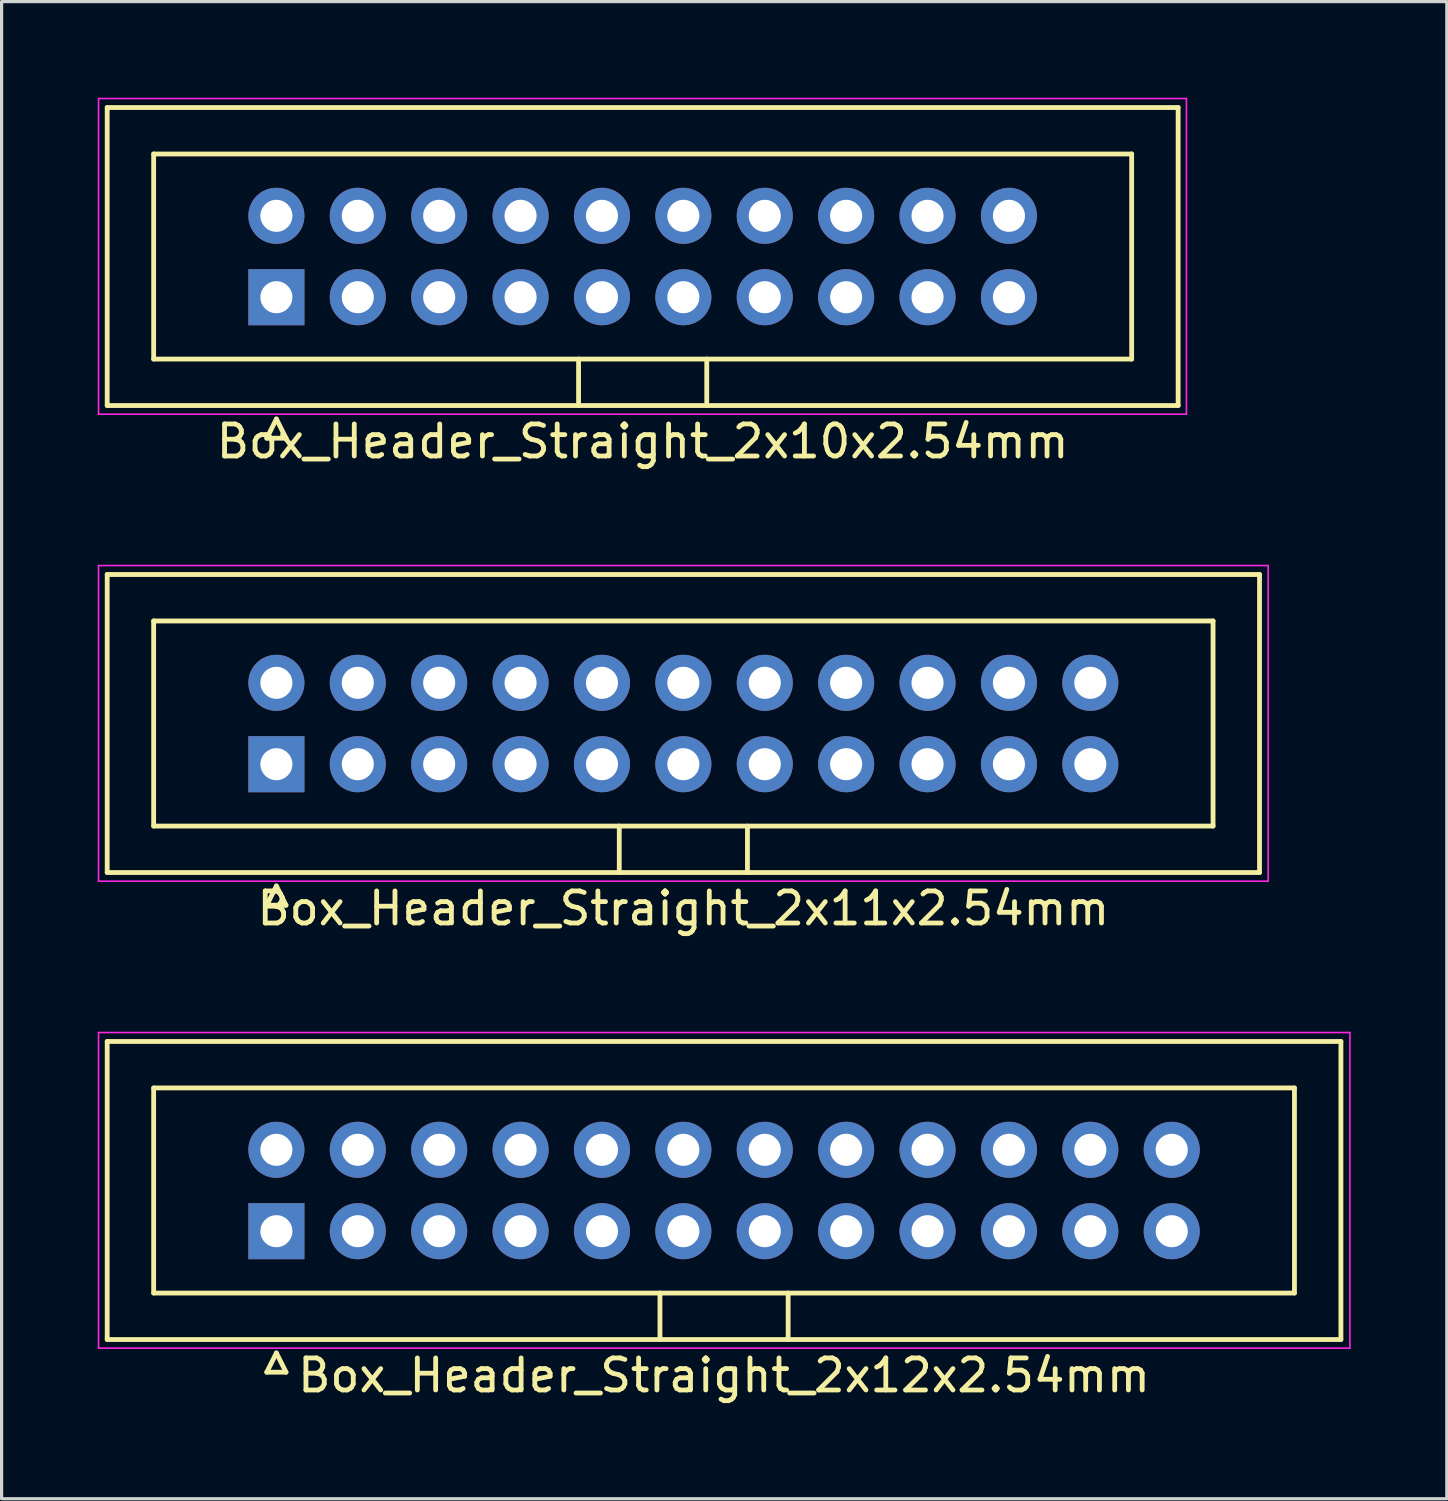
<source format=kicad_pcb>
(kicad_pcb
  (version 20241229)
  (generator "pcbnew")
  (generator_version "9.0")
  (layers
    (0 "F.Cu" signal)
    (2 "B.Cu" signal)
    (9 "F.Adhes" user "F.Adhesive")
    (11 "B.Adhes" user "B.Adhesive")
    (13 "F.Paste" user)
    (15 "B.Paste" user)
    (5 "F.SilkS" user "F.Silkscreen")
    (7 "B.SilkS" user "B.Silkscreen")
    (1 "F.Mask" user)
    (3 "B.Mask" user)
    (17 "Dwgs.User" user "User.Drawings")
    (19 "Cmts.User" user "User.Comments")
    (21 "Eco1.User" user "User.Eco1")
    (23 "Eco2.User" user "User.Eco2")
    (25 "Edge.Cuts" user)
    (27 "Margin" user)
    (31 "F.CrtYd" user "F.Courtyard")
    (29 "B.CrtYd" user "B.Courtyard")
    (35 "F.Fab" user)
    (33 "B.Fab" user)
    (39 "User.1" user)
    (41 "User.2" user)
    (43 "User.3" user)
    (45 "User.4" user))
  (footprint "Box_Header_Straight_2x11x2.54mm"
    (layer "F.Cu")
    (at 5.575 20.798)
    (property "Reference" "Box_Header_Straight_2x11x2.54mm" (at 12.7 4.5 0) (layer "F.SilkS") (effects (font (size 1 1) (thickness 0.15))))
    (attr through_hole)
    (fp_line (start -5.28 -5.92) (end -5.28 3.38) (stroke (width 0.15) (type solid)) (layer "F.SilkS"))
    (fp_line (start -5.28 3.38) (end 30.68 3.38) (stroke (width 0.15) (type solid)) (layer "F.SilkS"))
    (fp_line (start -3.83 -4.47) (end -3.83 1.93) (stroke (width 0.15) (type solid)) (layer "F.SilkS"))
    (fp_line (start -3.83 1.93) (end 29.23 1.93) (stroke (width 0.15) (type solid)) (layer "F.SilkS"))
    (fp_line (start -0.3 4.4) (end 0.3 4.4) (stroke (width 0.15) (type solid)) (layer "F.SilkS"))
    (fp_line (start 0 3.8) (end -0.3 4.4) (stroke (width 0.15) (type solid)) (layer "F.SilkS"))
    (fp_line (start 0.3 4.4) (end 0 3.8) (stroke (width 0.15) (type solid)) (layer "F.SilkS"))
    (fp_line (start 10.7 3.38) (end 10.7 1.93) (stroke (width 0.15) (type solid)) (layer "F.SilkS"))
    (fp_line (start 14.7 3.38) (end 14.7 1.93) (stroke (width 0.15) (type solid)) (layer "F.SilkS"))
    (fp_line (start 29.23 -4.47) (end -3.83 -4.47) (stroke (width 0.15) (type solid)) (layer "F.SilkS"))
    (fp_line (start 29.23 1.93) (end 29.23 -4.47) (stroke (width 0.15) (type solid)) (layer "F.SilkS"))
    (fp_line (start 30.68 -5.92) (end -5.28 -5.92) (stroke (width 0.15) (type solid)) (layer "F.SilkS"))
    (fp_line (start 30.68 3.38) (end 30.68 -5.92) (stroke (width 0.15) (type solid)) (layer "F.SilkS"))
    (fp_line (start -5.55 -6.2) (end -5.55 3.65) (stroke (width 0.05) (type solid)) (layer "F.CrtYd"))
    (fp_line (start -5.55 3.65) (end 30.95 3.65) (stroke (width 0.05) (type solid)) (layer "F.CrtYd"))
    (fp_line (start 30.95 -6.2) (end -5.55 -6.2) (stroke (width 0.05) (type solid)) (layer "F.CrtYd"))
    (fp_line (start 30.95 3.65) (end 30.95 -6.2) (stroke (width 0.05) (type solid)) (layer "F.CrtYd"))
    (pad "1" thru_hole rect (at 0 0) (size 1.75 1.75) (drill 1) (layers "*.Cu" "*.Mask"))
    (pad "2" thru_hole circle (at 0 -2.54) (size 1.75 1.75) (drill 1) (layers "*.Cu" "*.Mask"))
    (pad "3" thru_hole circle (at 2.54 0) (size 1.75 1.75) (drill 1) (layers "*.Cu" "*.Mask"))
    (pad "4" thru_hole circle (at 2.54 -2.54) (size 1.75 1.75) (drill 1) (layers "*.Cu" "*.Mask"))
    (pad "5" thru_hole circle (at 5.08 0) (size 1.75 1.75) (drill 1) (layers "*.Cu" "*.Mask"))
    (pad "6" thru_hole circle (at 5.08 -2.54) (size 1.75 1.75) (drill 1) (layers "*.Cu" "*.Mask"))
    (pad "7" thru_hole circle (at 7.62 0) (size 1.75 1.75) (drill 1) (layers "*.Cu" "*.Mask"))
    (pad "8" thru_hole circle (at 7.62 -2.54) (size 1.75 1.75) (drill 1) (layers "*.Cu" "*.Mask"))
    (pad "9" thru_hole circle (at 10.16 0) (size 1.75 1.75) (drill 1) (layers "*.Cu" "*.Mask"))
    (pad "10" thru_hole circle (at 10.16 -2.54) (size 1.75 1.75) (drill 1) (layers "*.Cu" "*.Mask"))
    (pad "11" thru_hole circle (at 12.7 0) (size 1.75 1.75) (drill 1) (layers "*.Cu" "*.Mask"))
    (pad "12" thru_hole circle (at 12.7 -2.54) (size 1.75 1.75) (drill 1) (layers "*.Cu" "*.Mask"))
    (pad "13" thru_hole circle (at 15.24 0) (size 1.75 1.75) (drill 1) (layers "*.Cu" "*.Mask"))
    (pad "14" thru_hole circle (at 15.24 -2.54) (size 1.75 1.75) (drill 1) (layers "*.Cu" "*.Mask"))
    (pad "15" thru_hole circle (at 17.78 0) (size 1.75 1.75) (drill 1) (layers "*.Cu" "*.Mask"))
    (pad "16" thru_hole circle (at 17.78 -2.54) (size 1.75 1.75) (drill 1) (layers "*.Cu" "*.Mask"))
    (pad "17" thru_hole circle (at 20.32 0) (size 1.75 1.75) (drill 1) (layers "*.Cu" "*.Mask"))
    (pad "18" thru_hole circle (at 20.32 -2.54) (size 1.75 1.75) (drill 1) (layers "*.Cu" "*.Mask"))
    (pad "19" thru_hole circle (at 22.86 0) (size 1.75 1.75) (drill 1) (layers "*.Cu" "*.Mask"))
    (pad "20" thru_hole circle (at 22.86 -2.54) (size 1.75 1.75) (drill 1) (layers "*.Cu" "*.Mask"))
    (pad "21" thru_hole circle (at 25.4 0) (size 1.75 1.75) (drill 1) (layers "*.Cu" "*.Mask"))
    (pad "22" thru_hole circle (at 25.4 -2.54) (size 1.75 1.75) (drill 1) (layers "*.Cu" "*.Mask")))
  (footprint "Box_Header_Straight_2x10x2.54mm"
    (layer "F.Cu")
    (at 5.575 6.225)
    (property "Reference" "Box_Header_Straight_2x10x2.54mm" (at 11.43 4.5 0) (layer "F.SilkS") (effects (font (size 1 1) (thickness 0.15))))
    (attr through_hole)
    (fp_line (start -5.28 -5.92) (end -5.28 3.38) (stroke (width 0.15) (type solid)) (layer "F.SilkS"))
    (fp_line (start -5.28 3.38) (end 28.14 3.38) (stroke (width 0.15) (type solid)) (layer "F.SilkS"))
    (fp_line (start -3.83 -4.47) (end -3.83 1.93) (stroke (width 0.15) (type solid)) (layer "F.SilkS"))
    (fp_line (start -3.83 1.93) (end 26.69 1.93) (stroke (width 0.15) (type solid)) (layer "F.SilkS"))
    (fp_line (start -0.3 4.4) (end 0.3 4.4) (stroke (width 0.15) (type solid)) (layer "F.SilkS"))
    (fp_line (start 0 3.8) (end -0.3 4.4) (stroke (width 0.15) (type solid)) (layer "F.SilkS"))
    (fp_line (start 0.3 4.4) (end 0 3.8) (stroke (width 0.15) (type solid)) (layer "F.SilkS"))
    (fp_line (start 9.43 3.38) (end 9.43 1.93) (stroke (width 0.15) (type solid)) (layer "F.SilkS"))
    (fp_line (start 13.43 3.38) (end 13.43 1.93) (stroke (width 0.15) (type solid)) (layer "F.SilkS"))
    (fp_line (start 26.69 -4.47) (end -3.83 -4.47) (stroke (width 0.15) (type solid)) (layer "F.SilkS"))
    (fp_line (start 26.69 1.93) (end 26.69 -4.47) (stroke (width 0.15) (type solid)) (layer "F.SilkS"))
    (fp_line (start 28.14 -5.92) (end -5.28 -5.92) (stroke (width 0.15) (type solid)) (layer "F.SilkS"))
    (fp_line (start 28.14 3.38) (end 28.14 -5.92) (stroke (width 0.15) (type solid)) (layer "F.SilkS"))
    (fp_line (start -5.55 -6.2) (end -5.55 3.65) (stroke (width 0.05) (type solid)) (layer "F.CrtYd"))
    (fp_line (start -5.55 3.65) (end 28.4 3.65) (stroke (width 0.05) (type solid)) (layer "F.CrtYd"))
    (fp_line (start 28.4 -6.2) (end -5.55 -6.2) (stroke (width 0.05) (type solid)) (layer "F.CrtYd"))
    (fp_line (start 28.4 3.65) (end 28.4 -6.2) (stroke (width 0.05) (type solid)) (layer "F.CrtYd"))
    (pad "1" thru_hole rect (at 0 0) (size 1.75 1.75) (drill 1) (layers "*.Cu" "*.Mask"))
    (pad "2" thru_hole circle (at 0 -2.54) (size 1.75 1.75) (drill 1) (layers "*.Cu" "*.Mask"))
    (pad "3" thru_hole circle (at 2.54 0) (size 1.75 1.75) (drill 1) (layers "*.Cu" "*.Mask"))
    (pad "4" thru_hole circle (at 2.54 -2.54) (size 1.75 1.75) (drill 1) (layers "*.Cu" "*.Mask"))
    (pad "5" thru_hole circle (at 5.08 0) (size 1.75 1.75) (drill 1) (layers "*.Cu" "*.Mask"))
    (pad "6" thru_hole circle (at 5.08 -2.54) (size 1.75 1.75) (drill 1) (layers "*.Cu" "*.Mask"))
    (pad "7" thru_hole circle (at 7.62 0) (size 1.75 1.75) (drill 1) (layers "*.Cu" "*.Mask"))
    (pad "8" thru_hole circle (at 7.62 -2.54) (size 1.75 1.75) (drill 1) (layers "*.Cu" "*.Mask"))
    (pad "9" thru_hole circle (at 10.16 0) (size 1.75 1.75) (drill 1) (layers "*.Cu" "*.Mask"))
    (pad "10" thru_hole circle (at 10.16 -2.54) (size 1.75 1.75) (drill 1) (layers "*.Cu" "*.Mask"))
    (pad "11" thru_hole circle (at 12.7 0) (size 1.75 1.75) (drill 1) (layers "*.Cu" "*.Mask"))
    (pad "12" thru_hole circle (at 12.7 -2.54) (size 1.75 1.75) (drill 1) (layers "*.Cu" "*.Mask"))
    (pad "13" thru_hole circle (at 15.24 0) (size 1.75 1.75) (drill 1) (layers "*.Cu" "*.Mask"))
    (pad "14" thru_hole circle (at 15.24 -2.54) (size 1.75 1.75) (drill 1) (layers "*.Cu" "*.Mask"))
    (pad "15" thru_hole circle (at 17.78 0) (size 1.75 1.75) (drill 1) (layers "*.Cu" "*.Mask"))
    (pad "16" thru_hole circle (at 17.78 -2.54) (size 1.75 1.75) (drill 1) (layers "*.Cu" "*.Mask"))
    (pad "17" thru_hole circle (at 20.32 0) (size 1.75 1.75) (drill 1) (layers "*.Cu" "*.Mask"))
    (pad "18" thru_hole circle (at 20.32 -2.54) (size 1.75 1.75) (drill 1) (layers "*.Cu" "*.Mask"))
    (pad "19" thru_hole circle (at 22.86 0) (size 1.75 1.75) (drill 1) (layers "*.Cu" "*.Mask"))
    (pad "20" thru_hole circle (at 22.86 -2.54) (size 1.75 1.75) (drill 1) (layers "*.Cu" "*.Mask")))
  (footprint "Box_Header_Straight_2x12x2.54mm"
    (layer "F.Cu")
    (at 5.575 35.371)
    (property "Reference" "Box_Header_Straight_2x12x2.54mm" (at 13.97 4.5 0) (layer "F.SilkS") (effects (font (size 1 1) (thickness 0.15))))
    (attr through_hole)
    (fp_line (start -5.28 -5.92) (end -5.28 3.38) (stroke (width 0.15) (type solid)) (layer "F.SilkS"))
    (fp_line (start -5.28 3.38) (end 33.22 3.38) (stroke (width 0.15) (type solid)) (layer "F.SilkS"))
    (fp_line (start -3.83 -4.47) (end -3.83 1.93) (stroke (width 0.15) (type solid)) (layer "F.SilkS"))
    (fp_line (start -3.83 1.93) (end 31.77 1.93) (stroke (width 0.15) (type solid)) (layer "F.SilkS"))
    (fp_line (start -0.3 4.4) (end 0.3 4.4) (stroke (width 0.15) (type solid)) (layer "F.SilkS"))
    (fp_line (start 0 3.8) (end -0.3 4.4) (stroke (width 0.15) (type solid)) (layer "F.SilkS"))
    (fp_line (start 0.3 4.4) (end 0 3.8) (stroke (width 0.15) (type solid)) (layer "F.SilkS"))
    (fp_line (start 11.97 3.38) (end 11.97 1.93) (stroke (width 0.15) (type solid)) (layer "F.SilkS"))
    (fp_line (start 15.97 3.38) (end 15.97 1.93) (stroke (width 0.15) (type solid)) (layer "F.SilkS"))
    (fp_line (start 31.77 -4.47) (end -3.83 -4.47) (stroke (width 0.15) (type solid)) (layer "F.SilkS"))
    (fp_line (start 31.77 1.93) (end 31.77 -4.47) (stroke (width 0.15) (type solid)) (layer "F.SilkS"))
    (fp_line (start 33.22 -5.92) (end -5.28 -5.92) (stroke (width 0.15) (type solid)) (layer "F.SilkS"))
    (fp_line (start 33.22 3.38) (end 33.22 -5.92) (stroke (width 0.15) (type solid)) (layer "F.SilkS"))
    (fp_line (start -5.55 -6.2) (end -5.55 3.65) (stroke (width 0.05) (type solid)) (layer "F.CrtYd"))
    (fp_line (start -5.55 3.65) (end 33.5 3.65) (stroke (width 0.05) (type solid)) (layer "F.CrtYd"))
    (fp_line (start 33.5 -6.2) (end -5.55 -6.2) (stroke (width 0.05) (type solid)) (layer "F.CrtYd"))
    (fp_line (start 33.5 3.65) (end 33.5 -6.2) (stroke (width 0.05) (type solid)) (layer "F.CrtYd"))
    (pad "1" thru_hole rect (at 0 0) (size 1.75 1.75) (drill 1) (layers "*.Cu" "*.Mask"))
    (pad "2" thru_hole circle (at 0 -2.54) (size 1.75 1.75) (drill 1) (layers "*.Cu" "*.Mask"))
    (pad "3" thru_hole circle (at 2.54 0) (size 1.75 1.75) (drill 1) (layers "*.Cu" "*.Mask"))
    (pad "4" thru_hole circle (at 2.54 -2.54) (size 1.75 1.75) (drill 1) (layers "*.Cu" "*.Mask"))
    (pad "5" thru_hole circle (at 5.08 0) (size 1.75 1.75) (drill 1) (layers "*.Cu" "*.Mask"))
    (pad "6" thru_hole circle (at 5.08 -2.54) (size 1.75 1.75) (drill 1) (layers "*.Cu" "*.Mask"))
    (pad "7" thru_hole circle (at 7.62 0) (size 1.75 1.75) (drill 1) (layers "*.Cu" "*.Mask"))
    (pad "8" thru_hole circle (at 7.62 -2.54) (size 1.75 1.75) (drill 1) (layers "*.Cu" "*.Mask"))
    (pad "9" thru_hole circle (at 10.16 0) (size 1.75 1.75) (drill 1) (layers "*.Cu" "*.Mask"))
    (pad "10" thru_hole circle (at 10.16 -2.54) (size 1.75 1.75) (drill 1) (layers "*.Cu" "*.Mask"))
    (pad "11" thru_hole circle (at 12.7 0) (size 1.75 1.75) (drill 1) (layers "*.Cu" "*.Mask"))
    (pad "12" thru_hole circle (at 12.7 -2.54) (size 1.75 1.75) (drill 1) (layers "*.Cu" "*.Mask"))
    (pad "13" thru_hole circle (at 15.24 0) (size 1.75 1.75) (drill 1) (layers "*.Cu" "*.Mask"))
    (pad "14" thru_hole circle (at 15.24 -2.54) (size 1.75 1.75) (drill 1) (layers "*.Cu" "*.Mask"))
    (pad "15" thru_hole circle (at 17.78 0) (size 1.75 1.75) (drill 1) (layers "*.Cu" "*.Mask"))
    (pad "16" thru_hole circle (at 17.78 -2.54) (size 1.75 1.75) (drill 1) (layers "*.Cu" "*.Mask"))
    (pad "17" thru_hole circle (at 20.32 0) (size 1.75 1.75) (drill 1) (layers "*.Cu" "*.Mask"))
    (pad "18" thru_hole circle (at 20.32 -2.54) (size 1.75 1.75) (drill 1) (layers "*.Cu" "*.Mask"))
    (pad "19" thru_hole circle (at 22.86 0) (size 1.75 1.75) (drill 1) (layers "*.Cu" "*.Mask"))
    (pad "20" thru_hole circle (at 22.86 -2.54) (size 1.75 1.75) (drill 1) (layers "*.Cu" "*.Mask"))
    (pad "21" thru_hole circle (at 25.4 0) (size 1.75 1.75) (drill 1) (layers "*.Cu" "*.Mask"))
    (pad "22" thru_hole circle (at 25.4 -2.54) (size 1.75 1.75) (drill 1) (layers "*.Cu" "*.Mask"))
    (pad "23" thru_hole circle (at 27.94 0) (size 1.75 1.75) (drill 1) (layers "*.Cu" "*.Mask"))
    (pad "24" thru_hole circle (at 27.94 -2.54) (size 1.75 1.75) (drill 1) (layers "*.Cu" "*.Mask")))
  (gr_rect
    (start -3 -3)
    (end 42.1 43.72)
    (stroke (width 0.1) (type default))
    (fill no)
    (layer "Edge.Cuts")))
</source>
